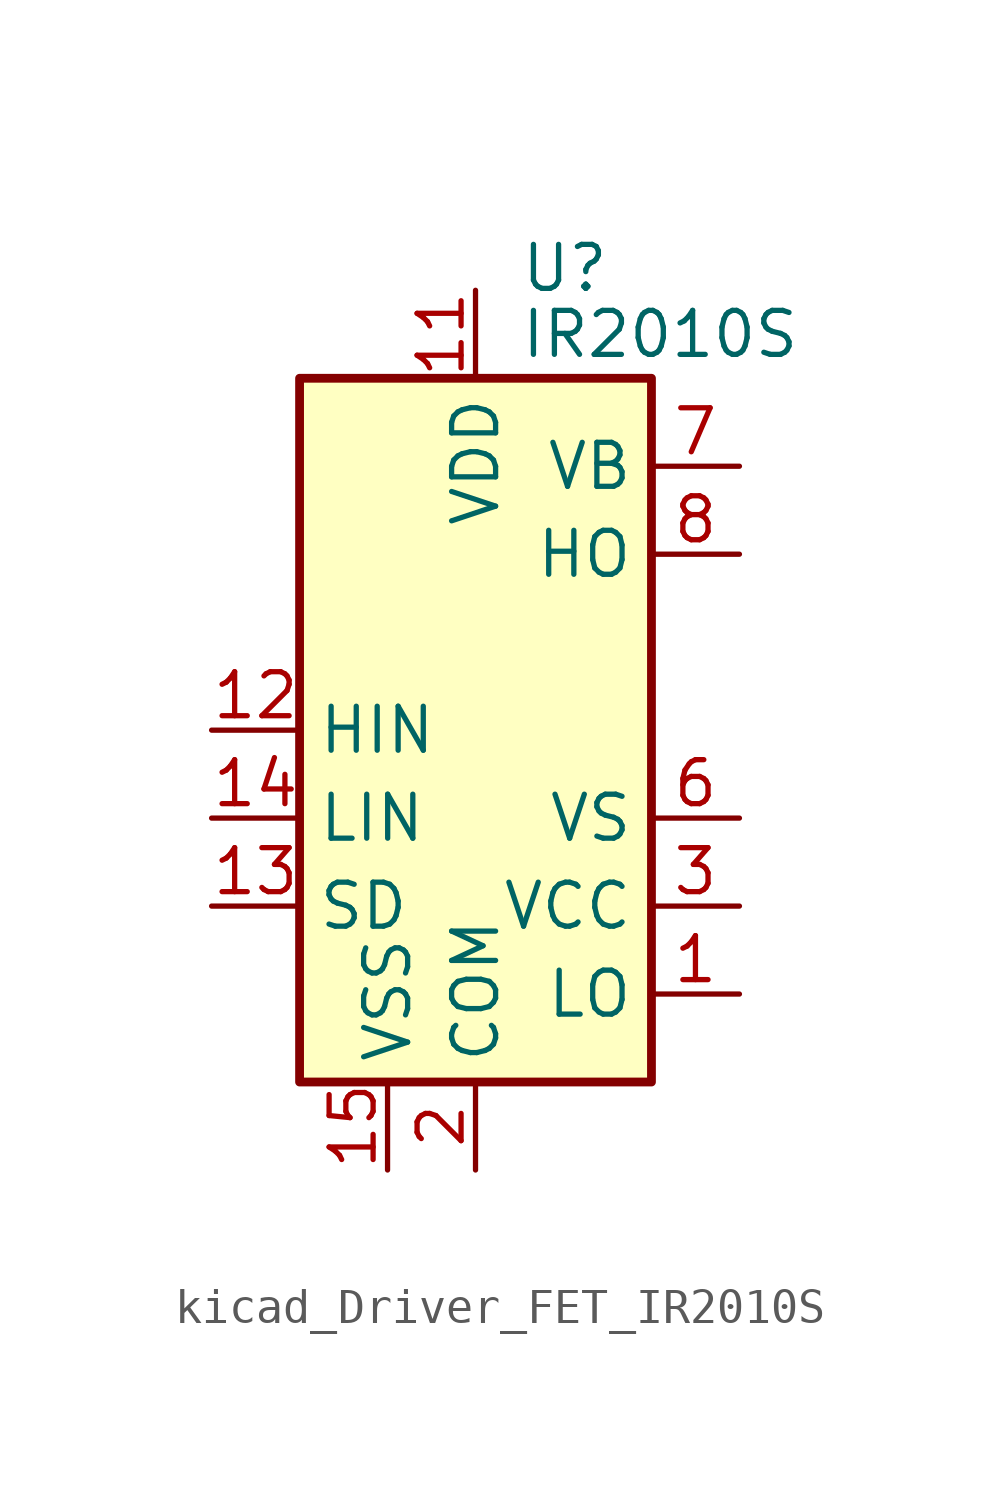
<source format=kicad_sym>
(kicad_symbol_lib
  (version 20220914)
  (generator kicad_symbol_editor)
  (symbol "kicad_Driver_FET_IR2010S"
    (property "Reference" "U"
      (at 1.27 13.335 0)
      (effects (font (size 1.27 1.27)) (justify left)))
    (property "Value" "IR2010S"
      (at 1.27 11.43 0)
      (effects (font (size 1.27 1.27)) (justify left)))
    (symbol "kicad_Driver_FET_IR2010S_0_1"
      (rectangle (start -5.08 -10.16) (end 5.08 10.16) (stroke (width 0.254) (type default)) (fill (type background))))
    (symbol "kicad_Driver_FET_IR2010S_1_1"
      (pin output line (at 7.62 -7.62 180) (length 2.54) (name "LO" (effects (font (size 1.27 1.27)))) (number "1" (effects (font (size 1.27 1.27)))))
      (pin no_connect line (at 5.08 2.54 180) (length 2.54) hide (name "NC" (effects (font (size 1.27 1.27)))) (number "10" (effects (font (size 1.27 1.27)))))
      (pin power_in line (at 0 12.7 270) (length 2.54) (name "VDD" (effects (font (size 1.27 1.27)))) (number "11" (effects (font (size 1.27 1.27)))))
      (pin input line (at -7.62 0 0) (length 2.54) (name "HIN" (effects (font (size 1.27 1.27)))) (number "12" (effects (font (size 1.27 1.27)))))
      (pin input line (at -7.62 -5.08 0) (length 2.54) (name "SD" (effects (font (size 1.27 1.27)))) (number "13" (effects (font (size 1.27 1.27)))))
      (pin input line (at -7.62 -2.54 0) (length 2.54) (name "LIN" (effects (font (size 1.27 1.27)))) (number "14" (effects (font (size 1.27 1.27)))))
      (pin power_in line (at -2.54 -12.7 90) (length 2.54) (name "VSS" (effects (font (size 1.27 1.27)))) (number "15" (effects (font (size 1.27 1.27)))))
      (pin no_connect line (at 5.08 0 180) (length 2.54) hide (name "NC" (effects (font (size 1.27 1.27)))) (number "16" (effects (font (size 1.27 1.27)))))
      (pin power_in line (at 0 -12.7 90) (length 2.54) (name "COM" (effects (font (size 1.27 1.27)))) (number "2" (effects (font (size 1.27 1.27)))))
      (pin power_in line (at 7.62 -5.08 180) (length 2.54) (name "VCC" (effects (font (size 1.27 1.27)))) (number "3" (effects (font (size 1.27 1.27)))))
      (pin no_connect line (at -5.08 7.62 0) (length 2.54) hide (name "NC" (effects (font (size 1.27 1.27)))) (number "4" (effects (font (size 1.27 1.27)))))
      (pin no_connect line (at -5.08 5.08 0) (length 2.54) hide (name "NC" (effects (font (size 1.27 1.27)))) (number "5" (effects (font (size 1.27 1.27)))))
      (pin passive line (at 7.62 -2.54 180) (length 2.54) (name "VS" (effects (font (size 1.27 1.27)))) (number "6" (effects (font (size 1.27 1.27)))))
      (pin passive line (at 7.62 7.62 180) (length 2.54) (name "VB" (effects (font (size 1.27 1.27)))) (number "7" (effects (font (size 1.27 1.27)))))
      (pin output line (at 7.62 5.08 180) (length 2.54) (name "HO" (effects (font (size 1.27 1.27)))) (number "8" (effects (font (size 1.27 1.27)))))
      (pin no_connect line (at -5.08 2.54 0) (length 2.54) hide (name "NC" (effects (font (size 1.27 1.27)))) (number "9" (effects (font (size 1.27 1.27))))))))
</source>
